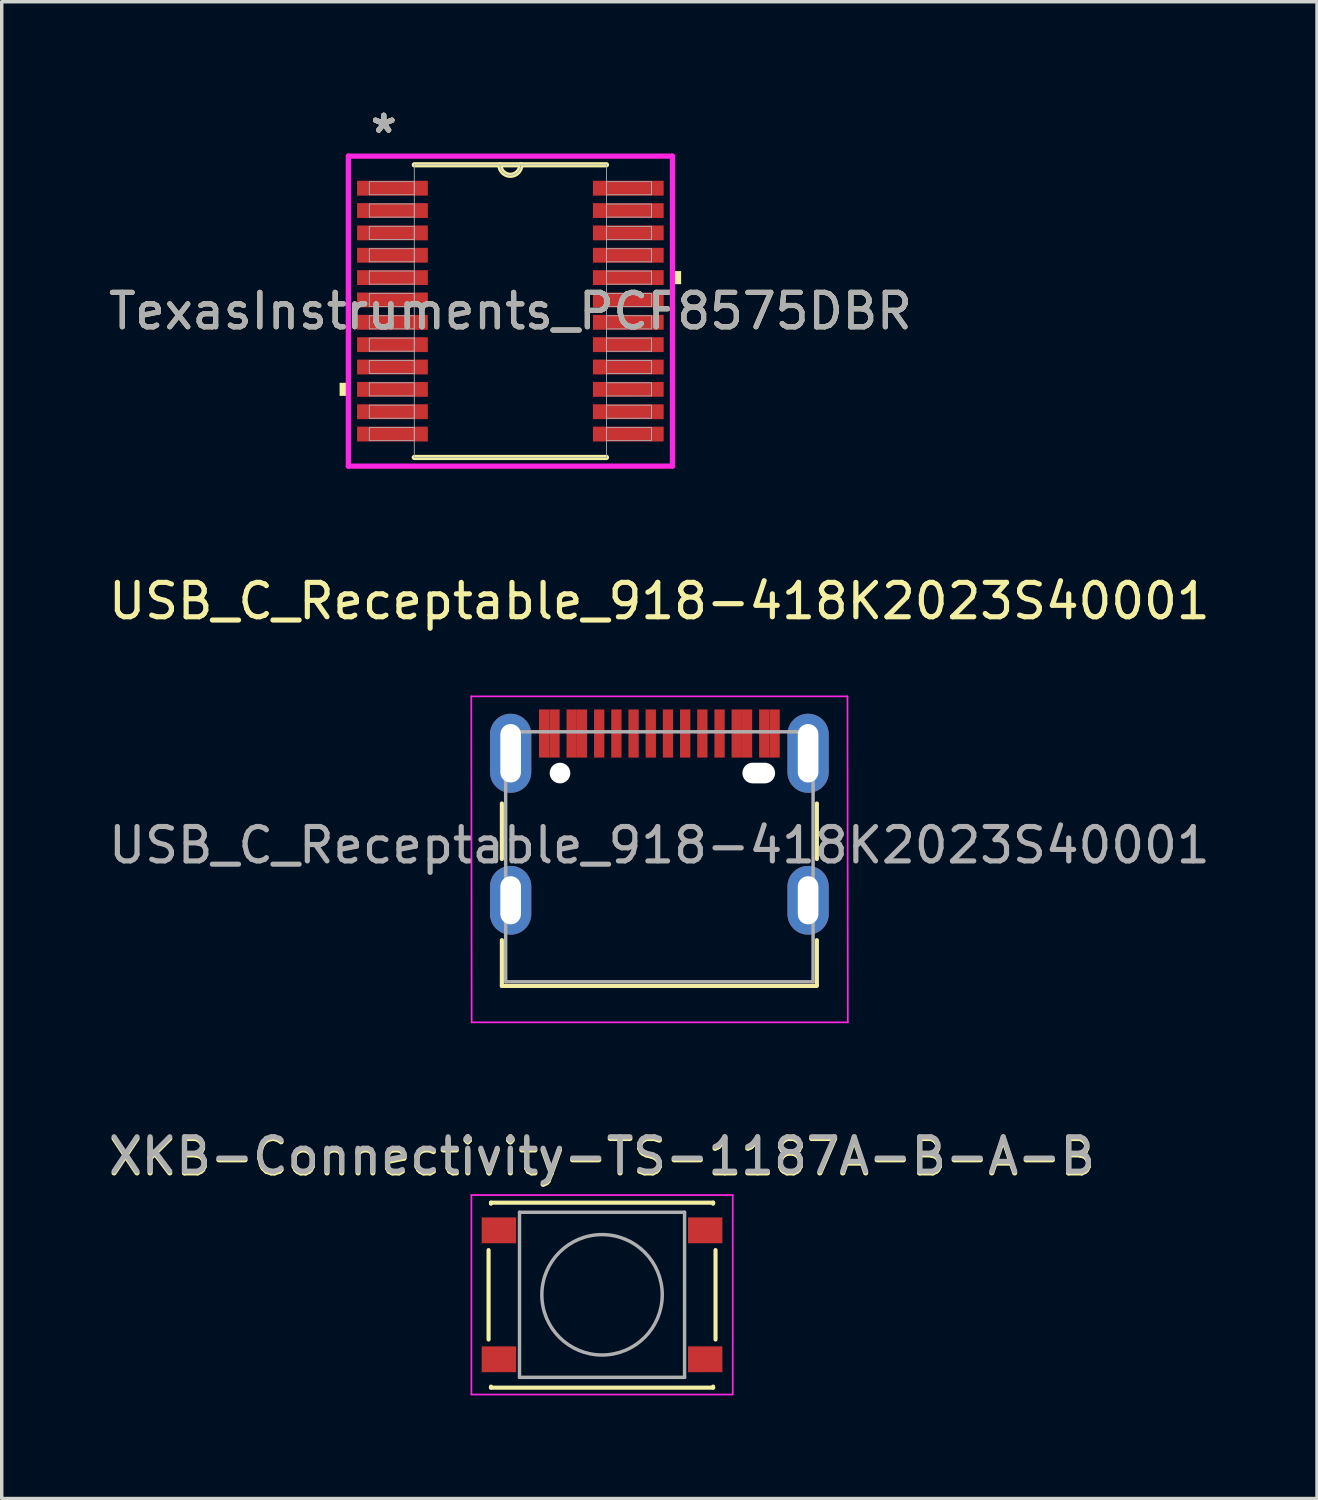
<source format=kicad_pcb>
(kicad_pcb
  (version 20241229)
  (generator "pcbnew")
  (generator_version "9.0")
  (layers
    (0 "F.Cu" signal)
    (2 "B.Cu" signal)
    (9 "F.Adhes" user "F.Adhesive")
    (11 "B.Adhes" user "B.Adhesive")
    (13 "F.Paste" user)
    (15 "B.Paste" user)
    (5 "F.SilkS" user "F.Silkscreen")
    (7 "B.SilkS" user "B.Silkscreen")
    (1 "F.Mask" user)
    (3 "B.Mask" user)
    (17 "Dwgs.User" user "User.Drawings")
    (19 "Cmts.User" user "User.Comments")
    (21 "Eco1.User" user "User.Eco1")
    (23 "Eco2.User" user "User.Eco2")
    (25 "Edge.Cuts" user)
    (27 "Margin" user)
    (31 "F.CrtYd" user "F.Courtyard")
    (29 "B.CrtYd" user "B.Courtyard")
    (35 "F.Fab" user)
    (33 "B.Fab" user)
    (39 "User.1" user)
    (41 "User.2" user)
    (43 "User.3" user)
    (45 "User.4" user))
  (footprint "USB_C_Receptable_918-418K2023S40001"
    (layer "F.Cu")
    (at 16.125 19.431)
    (property "Reference" "USB_C_Receptable_918-418K2023S40001" (at 0 -5 0) (layer "F.SilkS") (effects (font (size 1 1) (thickness 0.15))))
    (attr smd)
    (fp_line (start -4.58 0.885) (end -4.58 2.5) (stroke (width 0.12) (type solid)) (layer "F.SilkS"))
    (fp_line (start -4.58 4.86) (end -4.58 6.19) (stroke (width 0.12) (type solid)) (layer "F.SilkS"))
    (fp_line (start -4.58 6.19) (end 4.58 6.19) (stroke (width 0.12) (type solid)) (layer "F.SilkS"))
    (fp_line (start 4.58 0.885) (end 4.58 2.5) (stroke (width 0.12) (type solid)) (layer "F.SilkS"))
    (fp_line (start 4.58 4.86) (end 4.58 6.16) (stroke (width 0.12) (type solid)) (layer "F.SilkS"))
    (fp_line (start -5.47 -2.23) (end -5.46 7.25) (stroke (width 0.05) (type solid)) (layer "F.CrtYd"))
    (fp_line (start -5.47 -2.23) (end 5.47 -2.23) (stroke (width 0.05) (type solid)) (layer "F.CrtYd"))
    (fp_line (start -5.46 7.25) (end 5.48 7.25) (stroke (width 0.05) (type solid)) (layer "F.CrtYd"))
    (fp_line (start 5.47 -2.23) (end 5.48 7.25) (stroke (width 0.05) (type solid)) (layer "F.CrtYd"))
    (fp_line (start -4.47 -1.2) (end -4.47 6.07) (stroke (width 0.1) (type solid)) (layer "F.Fab"))
    (fp_line (start -4.47 -1.2) (end 4.47 -1.2) (stroke (width 0.1) (type solid)) (layer "F.Fab"))
    (fp_line (start -4.47 6.07) (end 4.47 6.07) (stroke (width 0.1) (type solid)) (layer "F.Fab"))
    (fp_line (start 4.47 -1.2) (end 4.47 6.07) (stroke (width 0.1) (type solid)) (layer "F.Fab"))
    (fp_text user "${REFERENCE}" (at 0 2.1 0) (layer "F.Fab") (effects (font (size 1 1) (thickness 0.15))))
    (pad "" np_thru_hole circle (at -2.89 0) (size 0.6 0.6) (drill 0.6) (layers "*.Cu" "*.Mask"))
    (pad "" np_thru_hole oval (at 2.89 0) (size 0.95 0.6) (drill oval 0.95 0.6) (layers "*.Cu" "*.Mask"))
    (pad "A1" smd rect (at -3.35 -1.15) (size 0.3 1.4) (layers "F.Cu" "F.Mask" "F.Paste"))
    (pad "A4" smd rect (at -2.55 -1.15) (size 0.3 1.4) (layers "F.Cu" "F.Mask" "F.Paste"))
    (pad "A5" smd rect (at -1.25 -1.15) (size 0.3 1.4) (layers "F.Cu" "F.Mask" "F.Paste"))
    (pad "A6" smd rect (at -0.25 -1.15) (size 0.3 1.4) (layers "F.Cu" "F.Mask" "F.Paste"))
    (pad "A7" smd rect (at 0.25 -1.15) (size 0.3 1.4) (layers "F.Cu" "F.Mask" "F.Paste"))
    (pad "A8" smd rect (at 1.25 -1.15) (size 0.3 1.4) (layers "F.Cu" "F.Mask" "F.Paste"))
    (pad "A9" smd rect (at 2.55 -1.15) (size 0.3 1.4) (layers "F.Cu" "F.Mask" "F.Paste"))
    (pad "A12" smd rect (at 3.35 -1.15) (size 0.3 1.4) (layers "F.Cu" "F.Mask" "F.Paste"))
    (pad "B1" smd rect (at 3.05 -1.15) (size 0.3 1.4) (layers "F.Cu" "F.Mask" "F.Paste"))
    (pad "B4" smd rect (at 2.25 -1.15) (size 0.3 1.4) (layers "F.Cu" "F.Mask" "F.Paste"))
    (pad "B5" smd rect (at 1.75 -1.15) (size 0.3 1.4) (layers "F.Cu" "F.Mask" "F.Paste"))
    (pad "B6" smd rect (at 0.75 -1.15) (size 0.3 1.4) (layers "F.Cu" "F.Mask" "F.Paste"))
    (pad "B7" smd rect (at -0.75 -1.15) (size 0.3 1.4) (layers "F.Cu" "F.Mask" "F.Paste"))
    (pad "B8" smd rect (at -1.75 -1.15) (size 0.3 1.4) (layers "F.Cu" "F.Mask" "F.Paste"))
    (pad "B9" smd rect (at -2.25 -1.15) (size 0.3 1.4) (layers "F.Cu" "F.Mask" "F.Paste"))
    (pad "B12" smd rect (at -3.05 -1.15) (size 0.3 1.4) (layers "F.Cu" "F.Mask" "F.Paste"))
    (pad "S1" thru_hole oval (at -4.325 -0.575) (size 1.2 2.3) (drill oval 0.6 1.7) (layers "*.Cu" "*.Mask"))
    (pad "S1" thru_hole oval (at -4.325 3.7) (size 1.2 2) (drill oval 0.6 1.4) (layers "*.Cu" "*.Mask"))
    (pad "S1" thru_hole oval (at 4.325 -0.575) (size 1.2 2.3) (drill oval 0.6 1.7) (layers "*.Cu" "*.Mask"))
    (pad "S1" thru_hole oval (at 4.325 3.7) (size 1.2 2) (drill oval 0.6 1.4) (layers "*.Cu" "*.Mask")))
  (footprint "XKB-Connectivity-TS-1187A-B-A-B"
    (layer "F.Cu")
    (at 14.458 34.604)
    (property "Reference" "XKB-Connectivity-TS-1187A-B-A-B" (at 0 -4 0) (layer "F.SilkS") (effects (font (size 1 1) (thickness 0.15))))
    (attr smd)
    (fp_line (start -3.3 -1.3) (end -3.3 1.3) (stroke (width 0.12) (type solid)) (layer "F.SilkS"))
    (fp_line (start -3.23 -2.68) (end 3.23 -2.68) (stroke (width 0.12) (type solid)) (layer "F.SilkS"))
    (fp_line (start -3.23 -2.65) (end -3.23 -2.68) (stroke (width 0.12) (type solid)) (layer "F.SilkS"))
    (fp_line (start -3.23 2.7) (end -3.23 2.67) (stroke (width 0.12) (type solid)) (layer "F.SilkS"))
    (fp_line (start -3.23 2.7) (end 3.23 2.7) (stroke (width 0.12) (type solid)) (layer "F.SilkS"))
    (fp_line (start 3.23 -2.68) (end 3.23 -2.65) (stroke (width 0.12) (type solid)) (layer "F.SilkS"))
    (fp_line (start 3.23 2.7) (end 3.23 2.67) (stroke (width 0.12) (type solid)) (layer "F.SilkS"))
    (fp_line (start 3.3 -1.3) (end 3.3 1.3) (stroke (width 0.12) (type solid)) (layer "F.SilkS"))
    (fp_line (start -3.8 -2.9) (end -3.8 2.9) (stroke (width 0.05) (type solid)) (layer "F.CrtYd"))
    (fp_line (start -3.8 -2.9) (end 3.8 -2.9) (stroke (width 0.05) (type solid)) (layer "F.CrtYd"))
    (fp_line (start -3.8 2.9) (end 3.8 2.9) (stroke (width 0.05) (type solid)) (layer "F.CrtYd"))
    (fp_line (start 3.8 2.9) (end 3.8 -2.9) (stroke (width 0.05) (type solid)) (layer "F.CrtYd"))
    (fp_line (start -2.4 -2.4) (end -2.4 2.4) (stroke (width 0.1) (type solid)) (layer "F.Fab"))
    (fp_line (start -2.4 2.4) (end 2.4 2.4) (stroke (width 0.1) (type solid)) (layer "F.Fab"))
    (fp_line (start 2.4 -2.4) (end -2.4 -2.4) (stroke (width 0.1) (type solid)) (layer "F.Fab"))
    (fp_line (start 2.4 2.4) (end 2.4 -2.4) (stroke (width 0.1) (type solid)) (layer "F.Fab"))
    (fp_circle (center 0 0) (end 1.75 -0.05) (stroke (width 0.1) (type solid)) (fill no) (layer "F.Fab"))
    (fp_text user "${REFERENCE}" (at 0 -4.05 0) (layer "F.Fab") (effects (font (size 1 1) (thickness 0.15))))
    (pad "1" smd rect (at -3 -1.875) (size 1 0.75) (layers "F.Cu" "F.Mask" "F.Paste"))
    (pad "1" smd rect (at 3 -1.875) (size 1 0.75) (layers "F.Cu" "F.Mask" "F.Paste"))
    (pad "2" smd rect (at -3 1.875) (size 1 0.75) (layers "F.Cu" "F.Mask" "F.Paste"))
    (pad "2" smd rect (at 3 1.875) (size 1 0.75) (layers "F.Cu" "F.Mask" "F.Paste")))
  (footprint "TexasInstruments_PCF8575DBR"
    (layer "F.Cu")
    (at 11.792 5.998)
    (property "Reference" "TexasInstruments_PCF8575DBR" (at 0 0 0) (unlocked yes) (layer "F.SilkS") (effects (font (size 1 1) (thickness 0.15))))
    (attr smd)
    (fp_line (start -2.794 4.255) (end 2.794 4.255) (stroke (width 0.152) (type solid)) (layer "F.SilkS"))
    (fp_line (start 2.794 -4.255) (end -2.794 -4.255) (stroke (width 0.152) (type solid)) (layer "F.SilkS"))
    (fp_arc (start 0.3048 -4.2545) (mid 0 -3.9497) (end -0.3048 -4.2545) (stroke (width 0.1524) (type solid)) (layer "F.SilkS"))
    (fp_poly (pts (xy -4.966 2.084) (xy -4.966 2.465) (xy -4.712 2.465) (xy -4.712 2.084)) (stroke (width 0) (type solid)) (fill yes) (layer "F.SilkS"))
    (fp_poly (pts (xy 4.966 -1.165) (xy 4.966 -0.784) (xy 4.712 -0.784) (xy 4.712 -1.165)) (stroke (width 0) (type solid)) (fill yes) (layer "F.SilkS"))
    (fp_line (start -4.712 -4.508) (end 4.712 -4.508) (stroke (width 0.152) (type solid)) (layer "F.CrtYd"))
    (fp_line (start -4.712 4.508) (end -4.712 -4.508) (stroke (width 0.152) (type solid)) (layer "F.CrtYd"))
    (fp_line (start 4.712 -4.508) (end 4.712 4.508) (stroke (width 0.152) (type solid)) (layer "F.CrtYd"))
    (fp_line (start 4.712 4.508) (end -4.712 4.508) (stroke (width 0.152) (type solid)) (layer "F.CrtYd"))
    (fp_line (start -4.102 -3.765) (end -4.102 -3.385) (stroke (width 0.025) (type solid)) (layer "F.Fab"))
    (fp_line (start -4.102 -3.385) (end -2.794 -3.385) (stroke (width 0.025) (type solid)) (layer "F.Fab"))
    (fp_line (start -4.102 -3.116) (end -4.102 -2.735) (stroke (width 0.025) (type solid)) (layer "F.Fab"))
    (fp_line (start -4.102 -2.735) (end -2.794 -2.735) (stroke (width 0.025) (type solid)) (layer "F.Fab"))
    (fp_line (start -4.102 -2.466) (end -4.102 -2.085) (stroke (width 0.025) (type solid)) (layer "F.Fab"))
    (fp_line (start -4.102 -2.085) (end -2.794 -2.085) (stroke (width 0.025) (type solid)) (layer "F.Fab"))
    (fp_line (start -4.102 -1.816) (end -4.102 -1.435) (stroke (width 0.025) (type solid)) (layer "F.Fab"))
    (fp_line (start -4.102 -1.435) (end -2.794 -1.435) (stroke (width 0.025) (type solid)) (layer "F.Fab"))
    (fp_line (start -4.102 -1.166) (end -4.102 -0.785) (stroke (width 0.025) (type solid)) (layer "F.Fab"))
    (fp_line (start -4.102 -0.785) (end -2.794 -0.785) (stroke (width 0.025) (type solid)) (layer "F.Fab"))
    (fp_line (start -4.102 -0.516) (end -4.102 -0.135) (stroke (width 0.025) (type solid)) (layer "F.Fab"))
    (fp_line (start -4.102 -0.135) (end -2.794 -0.135) (stroke (width 0.025) (type solid)) (layer "F.Fab"))
    (fp_line (start -4.102 0.134) (end -4.102 0.515) (stroke (width 0.025) (type solid)) (layer "F.Fab"))
    (fp_line (start -4.102 0.515) (end -2.794 0.515) (stroke (width 0.025) (type solid)) (layer "F.Fab"))
    (fp_line (start -4.102 0.784) (end -4.102 1.165) (stroke (width 0.025) (type solid)) (layer "F.Fab"))
    (fp_line (start -4.102 1.165) (end -2.794 1.165) (stroke (width 0.025) (type solid)) (layer "F.Fab"))
    (fp_line (start -4.102 1.434) (end -4.102 1.815) (stroke (width 0.025) (type solid)) (layer "F.Fab"))
    (fp_line (start -4.102 1.815) (end -2.794 1.815) (stroke (width 0.025) (type solid)) (layer "F.Fab"))
    (fp_line (start -4.102 2.084) (end -4.102 2.465) (stroke (width 0.025) (type solid)) (layer "F.Fab"))
    (fp_line (start -4.102 2.465) (end -2.794 2.465) (stroke (width 0.025) (type solid)) (layer "F.Fab"))
    (fp_line (start -4.102 2.734) (end -4.102 3.115) (stroke (width 0.025) (type solid)) (layer "F.Fab"))
    (fp_line (start -4.102 3.115) (end -2.794 3.115) (stroke (width 0.025) (type solid)) (layer "F.Fab"))
    (fp_line (start -4.102 3.384) (end -4.102 3.765) (stroke (width 0.025) (type solid)) (layer "F.Fab"))
    (fp_line (start -4.102 3.765) (end -2.794 3.765) (stroke (width 0.025) (type solid)) (layer "F.Fab"))
    (fp_line (start -2.794 -4.255) (end -2.794 4.255) (stroke (width 0.025) (type solid)) (layer "F.Fab"))
    (fp_line (start -2.794 -3.765) (end -4.102 -3.765) (stroke (width 0.025) (type solid)) (layer "F.Fab"))
    (fp_line (start -2.794 -3.385) (end -2.794 -3.765) (stroke (width 0.025) (type solid)) (layer "F.Fab"))
    (fp_line (start -2.794 -3.116) (end -4.102 -3.116) (stroke (width 0.025) (type solid)) (layer "F.Fab"))
    (fp_line (start -2.794 -2.735) (end -2.794 -3.116) (stroke (width 0.025) (type solid)) (layer "F.Fab"))
    (fp_line (start -2.794 -2.466) (end -4.102 -2.466) (stroke (width 0.025) (type solid)) (layer "F.Fab"))
    (fp_line (start -2.794 -2.085) (end -2.794 -2.466) (stroke (width 0.025) (type solid)) (layer "F.Fab"))
    (fp_line (start -2.794 -1.816) (end -4.102 -1.816) (stroke (width 0.025) (type solid)) (layer "F.Fab"))
    (fp_line (start -2.794 -1.435) (end -2.794 -1.816) (stroke (width 0.025) (type solid)) (layer "F.Fab"))
    (fp_line (start -2.794 -1.166) (end -4.102 -1.166) (stroke (width 0.025) (type solid)) (layer "F.Fab"))
    (fp_line (start -2.794 -0.785) (end -2.794 -1.166) (stroke (width 0.025) (type solid)) (layer "F.Fab"))
    (fp_line (start -2.794 -0.516) (end -4.102 -0.516) (stroke (width 0.025) (type solid)) (layer "F.Fab"))
    (fp_line (start -2.794 -0.135) (end -2.794 -0.516) (stroke (width 0.025) (type solid)) (layer "F.Fab"))
    (fp_line (start -2.794 0.134) (end -4.102 0.134) (stroke (width 0.025) (type solid)) (layer "F.Fab"))
    (fp_line (start -2.794 0.515) (end -2.794 0.134) (stroke (width 0.025) (type solid)) (layer "F.Fab"))
    (fp_line (start -2.794 0.784) (end -4.102 0.784) (stroke (width 0.025) (type solid)) (layer "F.Fab"))
    (fp_line (start -2.794 1.165) (end -2.794 0.784) (stroke (width 0.025) (type solid)) (layer "F.Fab"))
    (fp_line (start -2.794 1.434) (end -4.102 1.434) (stroke (width 0.025) (type solid)) (layer "F.Fab"))
    (fp_line (start -2.794 1.815) (end -2.794 1.434) (stroke (width 0.025) (type solid)) (layer "F.Fab"))
    (fp_line (start -2.794 2.084) (end -4.102 2.084) (stroke (width 0.025) (type solid)) (layer "F.Fab"))
    (fp_line (start -2.794 2.465) (end -2.794 2.084) (stroke (width 0.025) (type solid)) (layer "F.Fab"))
    (fp_line (start -2.794 2.734) (end -4.102 2.734) (stroke (width 0.025) (type solid)) (layer "F.Fab"))
    (fp_line (start -2.794 3.115) (end -2.794 2.734) (stroke (width 0.025) (type solid)) (layer "F.Fab"))
    (fp_line (start -2.794 3.384) (end -4.102 3.384) (stroke (width 0.025) (type solid)) (layer "F.Fab"))
    (fp_line (start -2.794 3.765) (end -2.794 3.384) (stroke (width 0.025) (type solid)) (layer "F.Fab"))
    (fp_line (start -2.794 4.255) (end 2.794 4.255) (stroke (width 0.025) (type solid)) (layer "F.Fab"))
    (fp_line (start 2.794 -4.255) (end -2.794 -4.255) (stroke (width 0.025) (type solid)) (layer "F.Fab"))
    (fp_line (start 2.794 -3.765) (end 2.794 -3.384) (stroke (width 0.025) (type solid)) (layer "F.Fab"))
    (fp_line (start 2.794 -3.384) (end 4.102 -3.384) (stroke (width 0.025) (type solid)) (layer "F.Fab"))
    (fp_line (start 2.794 -3.115) (end 2.794 -2.734) (stroke (width 0.025) (type solid)) (layer "F.Fab"))
    (fp_line (start 2.794 -2.734) (end 4.102 -2.734) (stroke (width 0.025) (type solid)) (layer "F.Fab"))
    (fp_line (start 2.794 -2.465) (end 2.794 -2.084) (stroke (width 0.025) (type solid)) (layer "F.Fab"))
    (fp_line (start 2.794 -2.084) (end 4.102 -2.084) (stroke (width 0.025) (type solid)) (layer "F.Fab"))
    (fp_line (start 2.794 -1.815) (end 2.794 -1.434) (stroke (width 0.025) (type solid)) (layer "F.Fab"))
    (fp_line (start 2.794 -1.434) (end 4.102 -1.434) (stroke (width 0.025) (type solid)) (layer "F.Fab"))
    (fp_line (start 2.794 -1.165) (end 2.794 -0.784) (stroke (width 0.025) (type solid)) (layer "F.Fab"))
    (fp_line (start 2.794 -0.784) (end 4.102 -0.784) (stroke (width 0.025) (type solid)) (layer "F.Fab"))
    (fp_line (start 2.794 -0.515) (end 2.794 -0.134) (stroke (width 0.025) (type solid)) (layer "F.Fab"))
    (fp_line (start 2.794 -0.134) (end 4.102 -0.134) (stroke (width 0.025) (type solid)) (layer "F.Fab"))
    (fp_line (start 2.794 0.135) (end 2.794 0.516) (stroke (width 0.025) (type solid)) (layer "F.Fab"))
    (fp_line (start 2.794 0.516) (end 4.102 0.516) (stroke (width 0.025) (type solid)) (layer "F.Fab"))
    (fp_line (start 2.794 0.785) (end 2.794 1.166) (stroke (width 0.025) (type solid)) (layer "F.Fab"))
    (fp_line (start 2.794 1.166) (end 4.102 1.166) (stroke (width 0.025) (type solid)) (layer "F.Fab"))
    (fp_line (start 2.794 1.435) (end 2.794 1.816) (stroke (width 0.025) (type solid)) (layer "F.Fab"))
    (fp_line (start 2.794 1.816) (end 4.102 1.816) (stroke (width 0.025) (type solid)) (layer "F.Fab"))
    (fp_line (start 2.794 2.084) (end 2.794 2.466) (stroke (width 0.025) (type solid)) (layer "F.Fab"))
    (fp_line (start 2.794 2.466) (end 4.102 2.466) (stroke (width 0.025) (type solid)) (layer "F.Fab"))
    (fp_line (start 2.794 2.735) (end 2.794 3.115) (stroke (width 0.025) (type solid)) (layer "F.Fab"))
    (fp_line (start 2.794 3.115) (end 4.102 3.115) (stroke (width 0.025) (type solid)) (layer "F.Fab"))
    (fp_line (start 2.794 3.385) (end 2.794 3.765) (stroke (width 0.025) (type solid)) (layer "F.Fab"))
    (fp_line (start 2.794 3.765) (end 4.102 3.765) (stroke (width 0.025) (type solid)) (layer "F.Fab"))
    (fp_line (start 2.794 4.255) (end 2.794 -4.255) (stroke (width 0.025) (type solid)) (layer "F.Fab"))
    (fp_line (start 4.102 -3.765) (end 2.794 -3.765) (stroke (width 0.025) (type solid)) (layer "F.Fab"))
    (fp_line (start 4.102 -3.384) (end 4.102 -3.765) (stroke (width 0.025) (type solid)) (layer "F.Fab"))
    (fp_line (start 4.102 -3.115) (end 2.794 -3.115) (stroke (width 0.025) (type solid)) (layer "F.Fab"))
    (fp_line (start 4.102 -2.734) (end 4.102 -3.115) (stroke (width 0.025) (type solid)) (layer "F.Fab"))
    (fp_line (start 4.102 -2.465) (end 2.794 -2.465) (stroke (width 0.025) (type solid)) (layer "F.Fab"))
    (fp_line (start 4.102 -2.084) (end 4.102 -2.465) (stroke (width 0.025) (type solid)) (layer "F.Fab"))
    (fp_line (start 4.102 -1.815) (end 2.794 -1.815) (stroke (width 0.025) (type solid)) (layer "F.Fab"))
    (fp_line (start 4.102 -1.434) (end 4.102 -1.815) (stroke (width 0.025) (type solid)) (layer "F.Fab"))
    (fp_line (start 4.102 -1.165) (end 2.794 -1.165) (stroke (width 0.025) (type solid)) (layer "F.Fab"))
    (fp_line (start 4.102 -0.784) (end 4.102 -1.165) (stroke (width 0.025) (type solid)) (layer "F.Fab"))
    (fp_line (start 4.102 -0.515) (end 2.794 -0.515) (stroke (width 0.025) (type solid)) (layer "F.Fab"))
    (fp_line (start 4.102 -0.134) (end 4.102 -0.515) (stroke (width 0.025) (type solid)) (layer "F.Fab"))
    (fp_line (start 4.102 0.135) (end 2.794 0.135) (stroke (width 0.025) (type solid)) (layer "F.Fab"))
    (fp_line (start 4.102 0.516) (end 4.102 0.135) (stroke (width 0.025) (type solid)) (layer "F.Fab"))
    (fp_line (start 4.102 0.785) (end 2.794 0.785) (stroke (width 0.025) (type solid)) (layer "F.Fab"))
    (fp_line (start 4.102 1.166) (end 4.102 0.785) (stroke (width 0.025) (type solid)) (layer "F.Fab"))
    (fp_line (start 4.102 1.435) (end 2.794 1.435) (stroke (width 0.025) (type solid)) (layer "F.Fab"))
    (fp_line (start 4.102 1.816) (end 4.102 1.435) (stroke (width 0.025) (type solid)) (layer "F.Fab"))
    (fp_line (start 4.102 2.084) (end 2.794 2.084) (stroke (width 0.025) (type solid)) (layer "F.Fab"))
    (fp_line (start 4.102 2.466) (end 4.102 2.084) (stroke (width 0.025) (type solid)) (layer "F.Fab"))
    (fp_line (start 4.102 2.735) (end 2.794 2.735) (stroke (width 0.025) (type solid)) (layer "F.Fab"))
    (fp_line (start 4.102 3.115) (end 4.102 2.735) (stroke (width 0.025) (type solid)) (layer "F.Fab"))
    (fp_line (start 4.102 3.385) (end 2.794 3.385) (stroke (width 0.025) (type solid)) (layer "F.Fab"))
    (fp_line (start 4.102 3.765) (end 4.102 3.385) (stroke (width 0.025) (type solid)) (layer "F.Fab"))
    (fp_arc (start 0.3048 -4.2545) (mid 0 -3.9497) (end -0.3048 -4.2545) (stroke (width 0.0254) (type solid)) (layer "F.Fab"))
    (fp_text user "*" (at -3.683 -5.15 0) (layer "F.SilkS") (effects (font (size 1 1) (thickness 0.15))))
    (fp_text user "*" (at -3.683 -5.15 0) (unlocked yes) (layer "F.SilkS") (effects (font (size 1 1) (thickness 0.15))))
    (fp_text user "*" (at -3.683 -5.15 0) (unlocked yes) (layer "F.Fab") (effects (font (size 1 1) (thickness 0.15))))
    (fp_text user "*" (at -3.683 -5.15 0) (layer "F.Fab") (effects (font (size 1 1) (thickness 0.15))))
    (fp_text user "${REFERENCE}" (at 0 0 0) (unlocked yes) (layer "F.Fab") (effects (font (size 1 1) (thickness 0.15))))
    (pad "1" smd rect (at -3.429 -3.575) (size 2.057 0.432) (layers "F.Cu" "F.Mask" "F.Paste"))
    (pad "2" smd rect (at -3.429 -2.925) (size 2.057 0.432) (layers "F.Cu" "F.Mask" "F.Paste"))
    (pad "3" smd rect (at -3.429 -2.275) (size 2.057 0.432) (layers "F.Cu" "F.Mask" "F.Paste"))
    (pad "4" smd rect (at -3.429 -1.625) (size 2.057 0.432) (layers "F.Cu" "F.Mask" "F.Paste"))
    (pad "5" smd rect (at -3.429 -0.975) (size 2.057 0.432) (layers "F.Cu" "F.Mask" "F.Paste"))
    (pad "6" smd rect (at -3.429 -0.325) (size 2.057 0.432) (layers "F.Cu" "F.Mask" "F.Paste"))
    (pad "7" smd rect (at -3.429 0.325) (size 2.057 0.432) (layers "F.Cu" "F.Mask" "F.Paste"))
    (pad "8" smd rect (at -3.429 0.975) (size 2.057 0.432) (layers "F.Cu" "F.Mask" "F.Paste"))
    (pad "9" smd rect (at -3.429 1.625) (size 2.057 0.432) (layers "F.Cu" "F.Mask" "F.Paste"))
    (pad "10" smd rect (at -3.429 2.275) (size 2.057 0.432) (layers "F.Cu" "F.Mask" "F.Paste"))
    (pad "11" smd rect (at -3.429 2.925) (size 2.057 0.432) (layers "F.Cu" "F.Mask" "F.Paste"))
    (pad "12" smd rect (at -3.429 3.575) (size 2.057 0.432) (layers "F.Cu" "F.Mask" "F.Paste"))
    (pad "13" smd rect (at 3.429 3.575) (size 2.057 0.432) (layers "F.Cu" "F.Mask" "F.Paste"))
    (pad "14" smd rect (at 3.429 2.925) (size 2.057 0.432) (layers "F.Cu" "F.Mask" "F.Paste"))
    (pad "15" smd rect (at 3.429 2.275) (size 2.057 0.432) (layers "F.Cu" "F.Mask" "F.Paste"))
    (pad "16" smd rect (at 3.429 1.625) (size 2.057 0.432) (layers "F.Cu" "F.Mask" "F.Paste"))
    (pad "17" smd rect (at 3.429 0.975) (size 2.057 0.432) (layers "F.Cu" "F.Mask" "F.Paste"))
    (pad "18" smd rect (at 3.429 0.325) (size 2.057 0.432) (layers "F.Cu" "F.Mask" "F.Paste"))
    (pad "19" smd rect (at 3.429 -0.325) (size 2.057 0.432) (layers "F.Cu" "F.Mask" "F.Paste"))
    (pad "20" smd rect (at 3.429 -0.975) (size 2.057 0.432) (layers "F.Cu" "F.Mask" "F.Paste"))
    (pad "21" smd rect (at 3.429 -1.625) (size 2.057 0.432) (layers "F.Cu" "F.Mask" "F.Paste"))
    (pad "22" smd rect (at 3.429 -2.275) (size 2.057 0.432) (layers "F.Cu" "F.Mask" "F.Paste"))
    (pad "23" smd rect (at 3.429 -2.925) (size 2.057 0.432) (layers "F.Cu" "F.Mask" "F.Paste"))
    (pad "24" smd rect (at 3.429 -3.575) (size 2.057 0.432) (layers "F.Cu" "F.Mask" "F.Paste")))
  (gr_rect
    (start -3 -3)
    (end 35.25 40.529)
    (stroke (width 0.1) (type default))
    (fill no)
    (layer "Edge.Cuts")))
</source>
